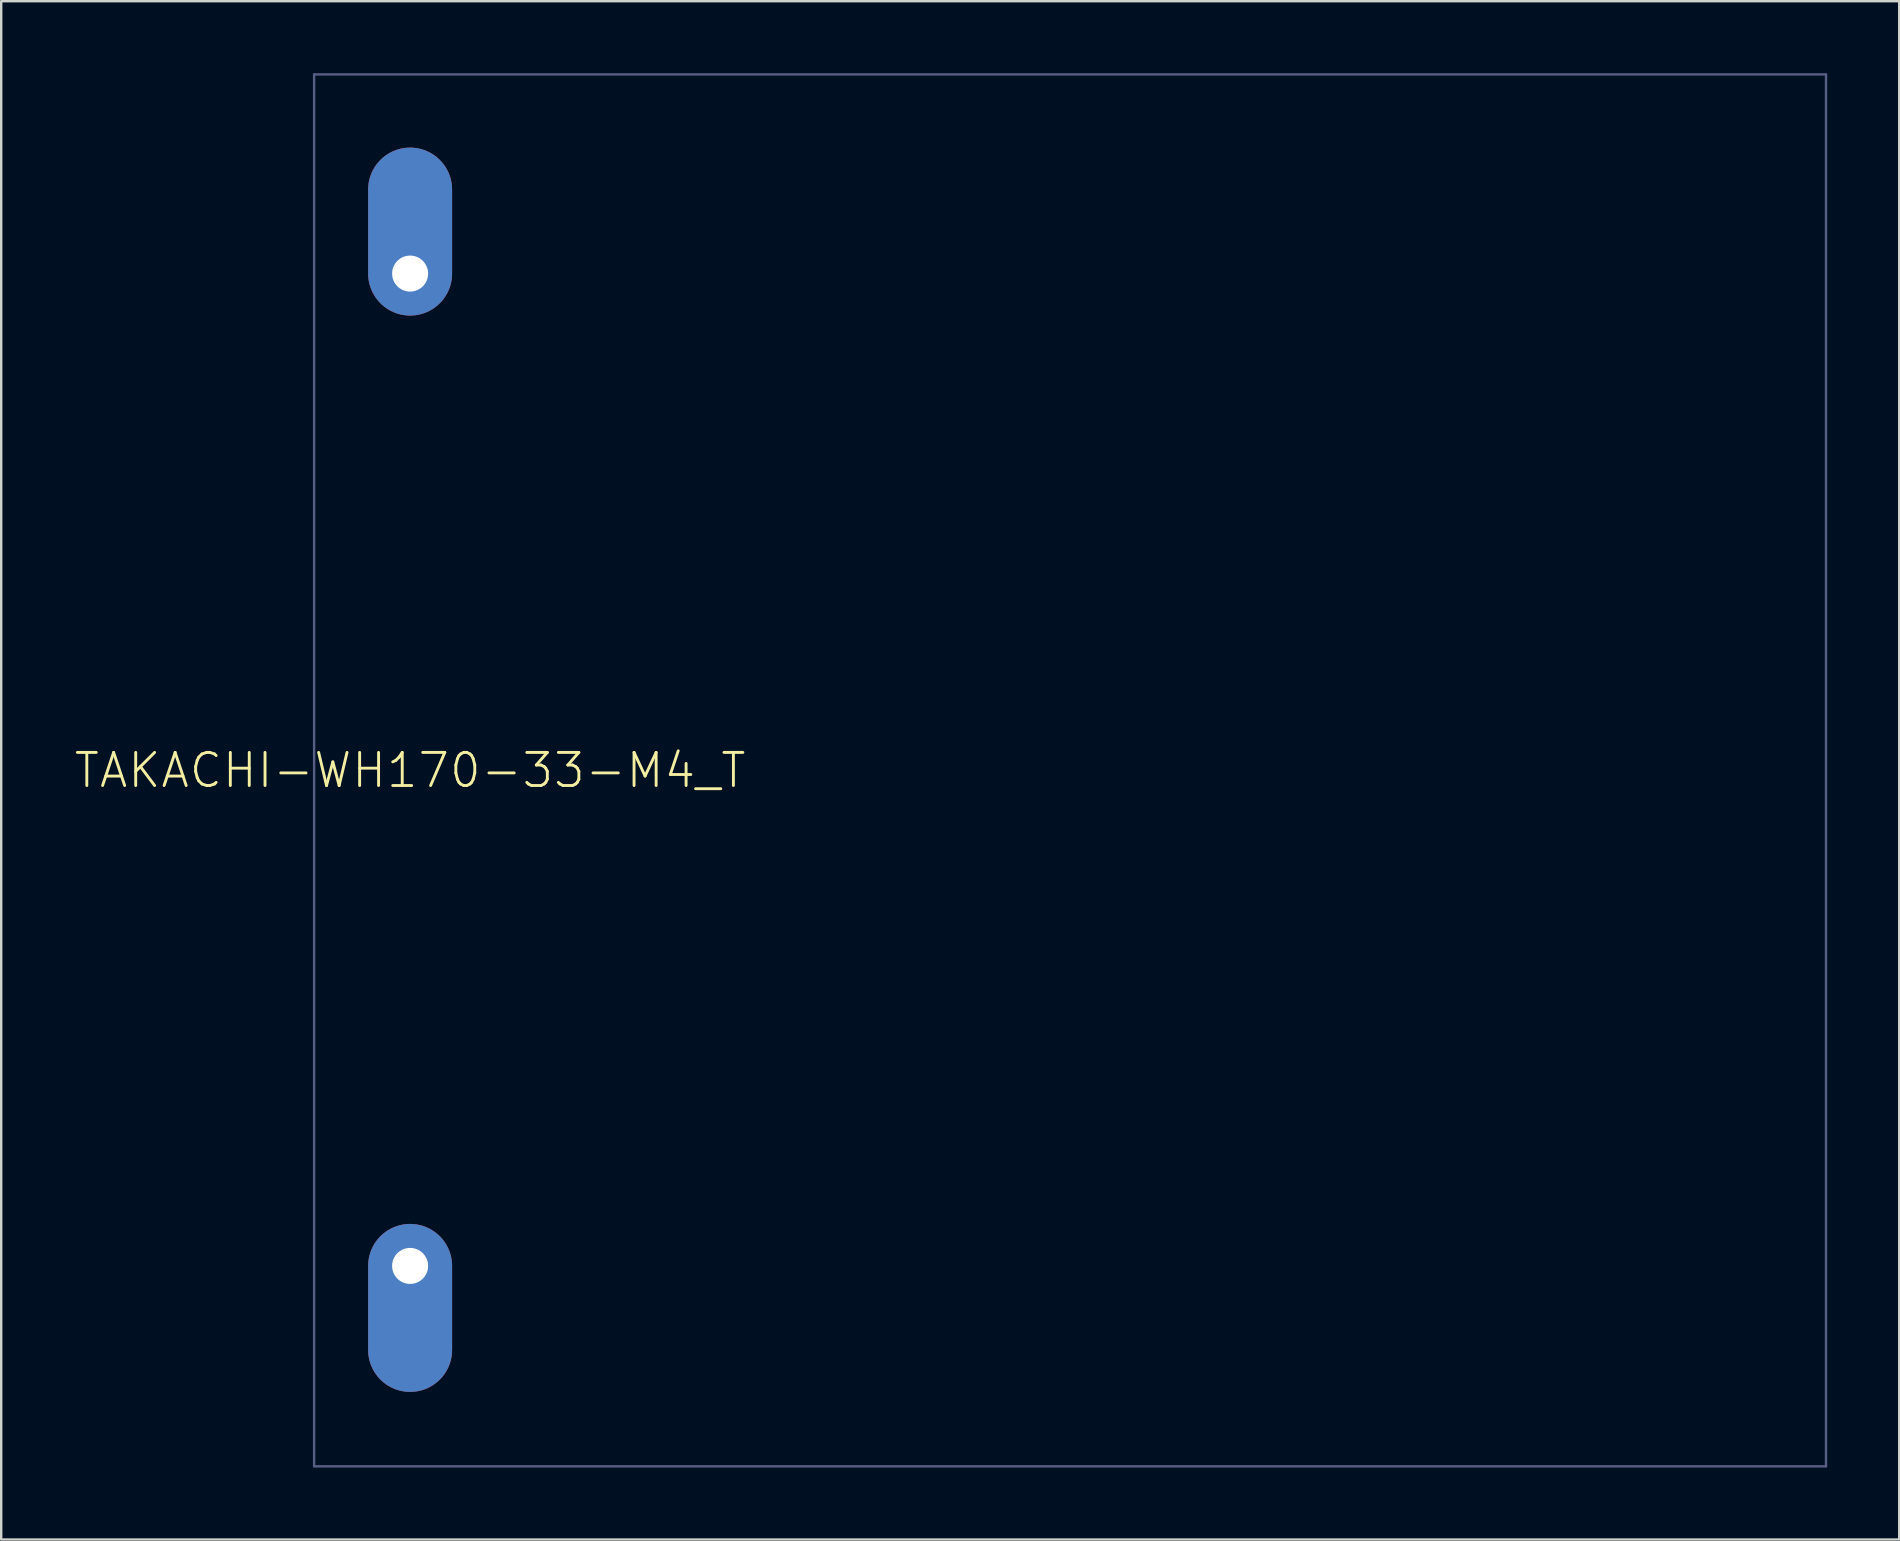
<source format=kicad_pcb>
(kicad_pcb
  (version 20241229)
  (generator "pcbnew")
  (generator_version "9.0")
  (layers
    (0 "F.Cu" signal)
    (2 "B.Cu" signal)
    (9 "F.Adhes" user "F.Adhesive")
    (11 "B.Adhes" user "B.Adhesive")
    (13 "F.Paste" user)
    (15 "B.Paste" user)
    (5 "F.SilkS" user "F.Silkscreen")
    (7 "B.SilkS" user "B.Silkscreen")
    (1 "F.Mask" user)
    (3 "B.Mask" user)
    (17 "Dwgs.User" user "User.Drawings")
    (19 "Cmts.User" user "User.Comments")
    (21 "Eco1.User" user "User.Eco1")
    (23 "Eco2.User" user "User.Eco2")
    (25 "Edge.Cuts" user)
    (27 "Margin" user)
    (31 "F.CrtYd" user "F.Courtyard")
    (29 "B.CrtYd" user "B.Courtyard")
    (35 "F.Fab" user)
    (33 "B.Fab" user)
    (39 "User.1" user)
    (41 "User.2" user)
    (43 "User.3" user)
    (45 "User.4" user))
  (footprint "TAKACHI-WH170-33-M4_T"
    (layer "F.Cu")
    (at 14.039 29.05)
    (property "Reference" "TAKACHI-WH170-33-M4_T" (at 0 0 0) (unlocked yes) (layer "F.SilkS") (effects (font (size 1.38 1.38) (thickness 0.12))))
    (fp_poly (pts (xy 0.274 18.921) (xy 0.541 18.986) (xy 0.795 19.091) (xy 1.029 19.234) (xy 1.238 19.412) (xy 1.416 19.621) (xy 1.559 19.855) (xy 1.665 20.111) (xy 1.75 20.646) (xy 1.75 24.102) (xy 1.732 24.377) (xy 1.671 24.649) (xy 1.568 24.908) (xy 1.426 25.148) (xy 1.248 25.362) (xy 1.039 25.546) (xy 0.804 25.695) (xy 0.546 25.806) (xy 0.002 25.9) (xy -0.278 25.874) (xy -0.548 25.805) (xy -0.804 25.695) (xy -1.039 25.546) (xy -1.248 25.362) (xy -1.426 25.148) (xy -1.568 24.908) (xy -1.672 24.647) (xy -1.75 24.104) (xy -1.75 20.648) (xy -1.729 20.376) (xy -1.664 20.109) (xy -1.559 19.855) (xy -1.416 19.621) (xy -1.238 19.412) (xy -1.029 19.234) (xy -0.795 19.091) (xy -0.539 18.985) (xy -0.002 18.9)) (stroke (width 0) (type default)) (fill yes) (layer "In1.Cu"))
    (fp_poly (pts (xy 0.278 -25.924) (xy 0.548 -25.855) (xy 0.804 -25.745) (xy 1.039 -25.596) (xy 1.248 -25.412) (xy 1.426 -25.198) (xy 1.568 -24.958) (xy 1.671 -24.699) (xy 1.732 -24.427) (xy 1.75 -24.152) (xy 1.75 -20.698) (xy 1.729 -20.426) (xy 1.664 -20.159) (xy 1.559 -19.905) (xy 1.416 -19.671) (xy 1.238 -19.462) (xy 1.029 -19.284) (xy 0.795 -19.141) (xy 0.539 -19.035) (xy 0.002 -18.95) (xy -0.274 -18.971) (xy -0.541 -19.036) (xy -0.795 -19.141) (xy -1.029 -19.284) (xy -1.238 -19.462) (xy -1.416 -19.671) (xy -1.559 -19.905) (xy -1.665 -20.161) (xy -1.75 -20.696) (xy -1.75 -24.152) (xy -1.732 -24.427) (xy -1.671 -24.699) (xy -1.568 -24.958) (xy -1.426 -25.198) (xy -1.248 -25.412) (xy -1.039 -25.596) (xy -0.804 -25.745) (xy -0.546 -25.856) (xy -0.002 -25.95)) (stroke (width 0) (type default)) (fill yes) (layer "In1.Cu"))
    (fp_poly (pts (xy 0.274 18.921) (xy 0.541 18.986) (xy 0.795 19.091) (xy 1.029 19.234) (xy 1.238 19.412) (xy 1.416 19.621) (xy 1.559 19.855) (xy 1.665 20.111) (xy 1.75 20.646) (xy 1.75 24.102) (xy 1.732 24.377) (xy 1.671 24.649) (xy 1.568 24.908) (xy 1.426 25.148) (xy 1.248 25.362) (xy 1.039 25.546) (xy 0.804 25.695) (xy 0.546 25.806) (xy 0.002 25.9) (xy -0.278 25.874) (xy -0.548 25.805) (xy -0.804 25.695) (xy -1.039 25.546) (xy -1.248 25.362) (xy -1.426 25.148) (xy -1.568 24.908) (xy -1.672 24.647) (xy -1.75 24.104) (xy -1.75 20.648) (xy -1.729 20.376) (xy -1.664 20.109) (xy -1.559 19.855) (xy -1.416 19.621) (xy -1.238 19.412) (xy -1.029 19.234) (xy -0.795 19.091) (xy -0.539 18.985) (xy -0.002 18.9)) (stroke (width 0) (type default)) (fill yes) (layer "In14.Cu"))
    (fp_poly (pts (xy 0.278 -25.924) (xy 0.548 -25.855) (xy 0.804 -25.745) (xy 1.039 -25.596) (xy 1.248 -25.412) (xy 1.426 -25.198) (xy 1.568 -24.958) (xy 1.671 -24.699) (xy 1.732 -24.427) (xy 1.75 -24.152) (xy 1.75 -20.698) (xy 1.729 -20.426) (xy 1.664 -20.159) (xy 1.559 -19.905) (xy 1.416 -19.671) (xy 1.238 -19.462) (xy 1.029 -19.284) (xy 0.795 -19.141) (xy 0.539 -19.035) (xy 0.002 -18.95) (xy -0.274 -18.971) (xy -0.541 -19.036) (xy -0.795 -19.141) (xy -1.029 -19.284) (xy -1.238 -19.462) (xy -1.416 -19.671) (xy -1.559 -19.905) (xy -1.665 -20.161) (xy -1.75 -20.696) (xy -1.75 -24.152) (xy -1.732 -24.427) (xy -1.671 -24.699) (xy -1.568 -24.958) (xy -1.426 -25.198) (xy -1.248 -25.412) (xy -1.039 -25.596) (xy -0.804 -25.745) (xy -0.546 -25.856) (xy -0.002 -25.95)) (stroke (width 0) (type default)) (fill yes) (layer "In14.Cu"))
    (fp_line (start -4 -29) (end 59 -29) (stroke (width 0.1) (type solid)) (layer "B.Fab"))
    (fp_line (start -4 29) (end -4 -29) (stroke (width 0.1) (type solid)) (layer "B.Fab"))
    (fp_line (start 59 -29) (end 59 29) (stroke (width 0.1) (type solid)) (layer "B.Fab"))
    (fp_line (start 59 29) (end -4 29) (stroke (width 0.1) (type solid)) (layer "B.Fab"))
    (pad "M" thru_hole oval (at 0 20.65 270) (size 7 3.5) (drill 1.5 (offset 1.75 0)) (layers "*.Cu" "*.Mask"))
    (pad "P" thru_hole oval (at 0 -20.7 90) (size 7 3.5) (drill 1.5 (offset 1.75 0)) (layers "*.Cu" "*.Mask"))
    (zone (net_name "") (layer "F.Cu") (hatch edge 0.5) (connect_pads) (min_thickness 0.25) (filled_areas_thickness no) (keepout (tracks allowed) (vias allowed) (pads allowed) (copperpour not_allowed) (footprints allowed)) (placement (enabled no)) (fill) (polygon (pts (xy 14.039 11.15) (xy 13.708 11.13) (xy 13.381 11.07) (xy 13.064 10.971) (xy 12.761 10.835) (xy 12.477 10.663) (xy 12.216 10.458) (xy 11.981 10.224) (xy 11.776 9.962) (xy 11.604 9.678) (xy 11.468 9.375) (xy 11.369 9.058) (xy 11.309 8.731) (xy 11.289 8.4) (xy 11.289 4.9) (xy 11.309 4.569) (xy 11.369 4.242) (xy 11.468 3.925) (xy 11.604 3.622) (xy 11.776 3.338) (xy 11.981 3.076) (xy 12.216 2.842) (xy 12.477 2.637) (xy 12.761 2.465) (xy 13.064 2.329) (xy 13.381 2.23) (xy 13.708 2.17) (xy 14.039 2.15) (xy 14.371 2.17) (xy 14.697 2.23) (xy 15.014 2.329) (xy 15.317 2.465) (xy 15.601 2.637) (xy 15.863 2.842) (xy 16.098 3.076) (xy 16.302 3.338) (xy 16.474 3.622) (xy 16.61 3.925) (xy 16.709 4.242) (xy 16.769 4.569) (xy 16.789 4.9) (xy 16.789 8.4) (xy 16.769 8.731) (xy 16.709 9.058) (xy 16.61 9.375) (xy 16.474 9.678) (xy 16.302 9.962) (xy 16.098 10.224) (xy 15.863 10.458) (xy 15.601 10.663) (xy 15.317 10.835) (xy 15.014 10.971) (xy 14.697 11.07) (xy 14.371 11.13))))
    (zone (net_name "") (layer "F.Cu") (hatch edge 0.5) (connect_pads) (min_thickness 0.25) (filled_areas_thickness no) (keepout (tracks allowed) (vias allowed) (pads allowed) (copperpour not_allowed) (footprints allowed)) (placement (enabled no)) (fill) (polygon (pts (xy 14.039 46.95) (xy 14.371 46.97) (xy 14.697 47.03) (xy 15.014 47.129) (xy 15.317 47.265) (xy 15.601 47.437) (xy 15.863 47.642) (xy 16.098 47.876) (xy 16.302 48.138) (xy 16.474 48.422) (xy 16.61 48.725) (xy 16.709 49.042) (xy 16.769 49.369) (xy 16.789 49.7) (xy 16.789 53.2) (xy 16.769 53.531) (xy 16.709 53.858) (xy 16.61 54.175) (xy 16.474 54.478) (xy 16.302 54.762) (xy 16.098 55.024) (xy 15.863 55.258) (xy 15.601 55.463) (xy 15.317 55.635) (xy 15.014 55.771) (xy 14.697 55.87) (xy 14.371 55.93) (xy 14.039 55.95) (xy 13.708 55.93) (xy 13.381 55.87) (xy 13.064 55.771) (xy 12.761 55.635) (xy 12.477 55.463) (xy 12.216 55.258) (xy 11.981 55.024) (xy 11.776 54.762) (xy 11.604 54.478) (xy 11.468 54.175) (xy 11.369 53.858) (xy 11.309 53.531) (xy 11.289 53.2) (xy 11.289 49.7) (xy 11.309 49.369) (xy 11.369 49.042) (xy 11.468 48.725) (xy 11.604 48.422) (xy 11.776 48.138) (xy 11.981 47.876) (xy 12.216 47.642) (xy 12.477 47.437) (xy 12.761 47.265) (xy 13.064 47.129) (xy 13.381 47.03) (xy 13.708 46.97))))
    (zone (net_name "") (layer "B.Cu") (hatch edge 0.5) (connect_pads) (min_thickness 0.25) (filled_areas_thickness no) (keepout (tracks allowed) (vias allowed) (pads allowed) (copperpour not_allowed) (footprints allowed)) (placement (enabled no)) (fill) (polygon (pts (xy 14.039 11.15) (xy 13.708 11.13) (xy 13.381 11.07) (xy 13.064 10.971) (xy 12.761 10.835) (xy 12.477 10.663) (xy 12.216 10.458) (xy 11.981 10.224) (xy 11.776 9.962) (xy 11.604 9.678) (xy 11.468 9.375) (xy 11.369 9.058) (xy 11.309 8.731) (xy 11.289 8.4) (xy 11.289 4.9) (xy 11.309 4.569) (xy 11.369 4.242) (xy 11.468 3.925) (xy 11.604 3.622) (xy 11.776 3.338) (xy 11.981 3.076) (xy 12.216 2.842) (xy 12.477 2.637) (xy 12.761 2.465) (xy 13.064 2.329) (xy 13.381 2.23) (xy 13.708 2.17) (xy 14.039 2.15) (xy 14.371 2.17) (xy 14.697 2.23) (xy 15.014 2.329) (xy 15.317 2.465) (xy 15.601 2.637) (xy 15.863 2.842) (xy 16.098 3.076) (xy 16.302 3.338) (xy 16.474 3.622) (xy 16.61 3.925) (xy 16.709 4.242) (xy 16.769 4.569) (xy 16.789 4.9) (xy 16.789 8.4) (xy 16.769 8.731) (xy 16.709 9.058) (xy 16.61 9.375) (xy 16.474 9.678) (xy 16.302 9.962) (xy 16.098 10.224) (xy 15.863 10.458) (xy 15.601 10.663) (xy 15.317 10.835) (xy 15.014 10.971) (xy 14.697 11.07) (xy 14.371 11.13))))
    (zone (net_name "") (layer "B.Cu") (hatch edge 0.5) (connect_pads) (min_thickness 0.25) (filled_areas_thickness no) (keepout (tracks allowed) (vias allowed) (pads allowed) (copperpour not_allowed) (footprints allowed)) (placement (enabled no)) (fill) (polygon (pts (xy 14.039 46.95) (xy 14.371 46.97) (xy 14.697 47.03) (xy 15.014 47.129) (xy 15.317 47.265) (xy 15.601 47.437) (xy 15.863 47.642) (xy 16.098 47.876) (xy 16.302 48.138) (xy 16.474 48.422) (xy 16.61 48.725) (xy 16.709 49.042) (xy 16.769 49.369) (xy 16.789 49.7) (xy 16.789 53.2) (xy 16.769 53.531) (xy 16.709 53.858) (xy 16.61 54.175) (xy 16.474 54.478) (xy 16.302 54.762) (xy 16.098 55.024) (xy 15.863 55.258) (xy 15.601 55.463) (xy 15.317 55.635) (xy 15.014 55.771) (xy 14.697 55.87) (xy 14.371 55.93) (xy 14.039 55.95) (xy 13.708 55.93) (xy 13.381 55.87) (xy 13.064 55.771) (xy 12.761 55.635) (xy 12.477 55.463) (xy 12.216 55.258) (xy 11.981 55.024) (xy 11.776 54.762) (xy 11.604 54.478) (xy 11.468 54.175) (xy 11.369 53.858) (xy 11.309 53.531) (xy 11.289 53.2) (xy 11.289 49.7) (xy 11.309 49.369) (xy 11.369 49.042) (xy 11.468 48.725) (xy 11.604 48.422) (xy 11.776 48.138) (xy 11.981 47.876) (xy 12.216 47.642) (xy 12.477 47.437) (xy 12.761 47.265) (xy 13.064 47.129) (xy 13.381 47.03) (xy 13.708 46.97))))
    (zone (net_name "") (layer "In1.Cu") (hatch edge 0.5) (connect_pads) (min_thickness 0.25) (filled_areas_thickness no) (keepout (tracks allowed) (vias allowed) (pads allowed) (copperpour not_allowed) (footprints allowed)) (placement (enabled no)) (fill) (polygon (pts (xy 14.039 10.35) (xy 13.755 10.33) (xy 13.476 10.269) (xy 13.208 10.169) (xy 12.958 10.033) (xy 12.729 9.861) (xy 12.528 9.66) (xy 12.357 9.431) (xy 12.22 9.181) (xy 12.12 8.913) (xy 12.059 8.635) (xy 12.039 8.35) (xy 12.039 4.9) (xy 12.056 4.612) (xy 12.114 4.328) (xy 12.212 4.057) (xy 12.347 3.801) (xy 12.517 3.568) (xy 12.719 3.361) (xy 12.948 3.185) (xy 13.2 3.043) (xy 13.47 2.939) (xy 13.751 2.874) (xy 14.039 2.85) (xy 14.327 2.874) (xy 14.609 2.939) (xy 14.878 3.043) (xy 15.13 3.185) (xy 15.359 3.361) (xy 15.561 3.568) (xy 15.731 3.801) (xy 15.867 4.057) (xy 15.964 4.328) (xy 16.022 4.612) (xy 16.039 4.9) (xy 16.039 8.35) (xy 16.019 8.635) (xy 15.958 8.913) (xy 15.858 9.181) (xy 15.722 9.431) (xy 15.551 9.66) (xy 15.349 9.861) (xy 15.12 10.033) (xy 14.87 10.169) (xy 14.603 10.269) (xy 14.324 10.33))))
    (zone (net_name "") (layer "In1.Cu") (hatch edge 0.5) (connect_pads) (min_thickness 0.25) (filled_areas_thickness no) (keepout (tracks allowed) (vias allowed) (pads allowed) (copperpour not_allowed) (footprints allowed)) (placement (enabled no)) (fill) (polygon (pts (xy 14.039 47.7) (xy 14.324 47.72) (xy 14.603 47.781) (xy 14.87 47.881) (xy 15.12 48.017) (xy 15.349 48.189) (xy 15.551 48.39) (xy 15.722 48.619) (xy 15.858 48.869) (xy 15.958 49.137) (xy 16.019 49.415) (xy 16.039 49.7) (xy 16.039 53.15) (xy 16.022 53.438) (xy 15.964 53.722) (xy 15.867 53.993) (xy 15.731 54.249) (xy 15.561 54.482) (xy 15.359 54.689) (xy 15.13 54.865) (xy 14.878 55.007) (xy 14.609 55.111) (xy 14.327 55.176) (xy 14.039 55.2) (xy 13.751 55.176) (xy 13.47 55.111) (xy 13.2 55.007) (xy 12.948 54.865) (xy 12.719 54.689) (xy 12.517 54.482) (xy 12.347 54.249) (xy 12.212 53.993) (xy 12.114 53.722) (xy 12.056 53.438) (xy 12.039 53.15) (xy 12.039 49.7) (xy 12.059 49.415) (xy 12.12 49.137) (xy 12.22 48.869) (xy 12.357 48.619) (xy 12.528 48.39) (xy 12.729 48.189) (xy 12.958 48.017) (xy 13.208 47.881) (xy 13.476 47.781) (xy 13.755 47.72))))
    (zone (net_name "") (layer "In14.Cu") (hatch edge 0.5) (connect_pads) (min_thickness 0.25) (filled_areas_thickness no) (keepout (tracks allowed) (vias allowed) (pads allowed) (copperpour not_allowed) (footprints allowed)) (placement (enabled no)) (fill) (polygon (pts (xy 14.039 10.35) (xy 13.755 10.33) (xy 13.476 10.269) (xy 13.208 10.169) (xy 12.958 10.033) (xy 12.729 9.861) (xy 12.528 9.66) (xy 12.357 9.431) (xy 12.22 9.181) (xy 12.12 8.913) (xy 12.059 8.635) (xy 12.039 8.35) (xy 12.039 4.9) (xy 12.056 4.612) (xy 12.114 4.328) (xy 12.212 4.057) (xy 12.347 3.801) (xy 12.517 3.568) (xy 12.719 3.361) (xy 12.948 3.185) (xy 13.2 3.043) (xy 13.47 2.939) (xy 13.751 2.874) (xy 14.039 2.85) (xy 14.327 2.874) (xy 14.609 2.939) (xy 14.878 3.043) (xy 15.13 3.185) (xy 15.359 3.361) (xy 15.561 3.568) (xy 15.731 3.801) (xy 15.867 4.057) (xy 15.964 4.328) (xy 16.022 4.612) (xy 16.039 4.9) (xy 16.039 8.35) (xy 16.019 8.635) (xy 15.958 8.913) (xy 15.858 9.181) (xy 15.722 9.431) (xy 15.551 9.66) (xy 15.349 9.861) (xy 15.12 10.033) (xy 14.87 10.169) (xy 14.603 10.269) (xy 14.324 10.33))))
    (zone (net_name "") (layer "In14.Cu") (hatch edge 0.5) (connect_pads) (min_thickness 0.25) (filled_areas_thickness no) (keepout (tracks allowed) (vias allowed) (pads allowed) (copperpour not_allowed) (footprints allowed)) (placement (enabled no)) (fill) (polygon (pts (xy 14.039 47.7) (xy 14.324 47.72) (xy 14.603 47.781) (xy 14.87 47.881) (xy 15.12 48.017) (xy 15.349 48.189) (xy 15.551 48.39) (xy 15.722 48.619) (xy 15.858 48.869) (xy 15.958 49.137) (xy 16.019 49.415) (xy 16.039 49.7) (xy 16.039 53.15) (xy 16.022 53.438) (xy 15.964 53.722) (xy 15.867 53.993) (xy 15.731 54.249) (xy 15.561 54.482) (xy 15.359 54.689) (xy 15.13 54.865) (xy 14.878 55.007) (xy 14.609 55.111) (xy 14.327 55.176) (xy 14.039 55.2) (xy 13.751 55.176) (xy 13.47 55.111) (xy 13.2 55.007) (xy 12.948 54.865) (xy 12.719 54.689) (xy 12.517 54.482) (xy 12.347 54.249) (xy 12.212 53.993) (xy 12.114 53.722) (xy 12.056 53.438) (xy 12.039 53.15) (xy 12.039 49.7) (xy 12.059 49.415) (xy 12.12 49.137) (xy 12.22 48.869) (xy 12.357 48.619) (xy 12.528 48.39) (xy 12.729 48.189) (xy 12.958 48.017) (xy 13.208 47.881) (xy 13.476 47.781) (xy 13.755 47.72)))))
  (gr_rect
    (start -3 -3)
    (end 76.089 61.1)
    (stroke (width 0.1) (type default))
    (fill no)
    (layer "Edge.Cuts")))
</source>
